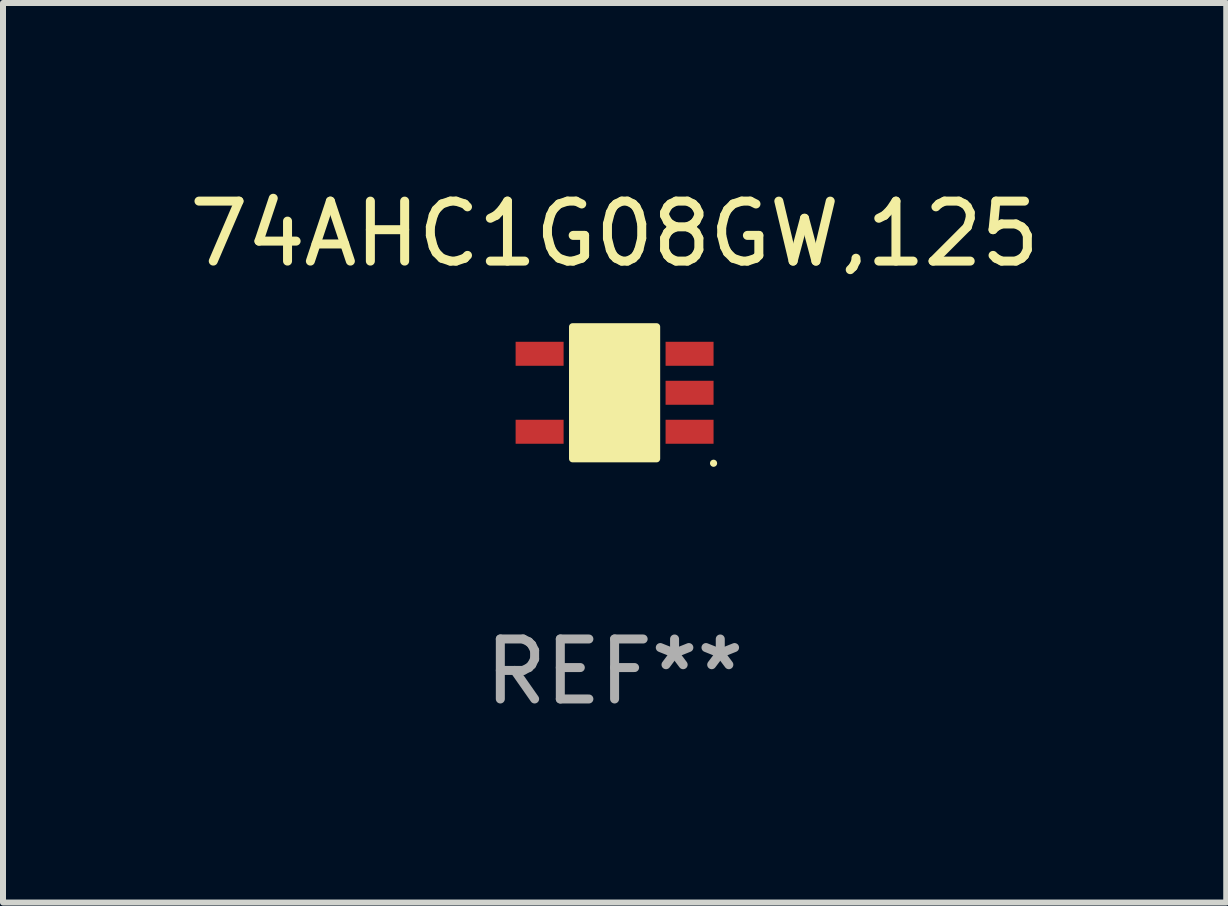
<source format=kicad_pcb>
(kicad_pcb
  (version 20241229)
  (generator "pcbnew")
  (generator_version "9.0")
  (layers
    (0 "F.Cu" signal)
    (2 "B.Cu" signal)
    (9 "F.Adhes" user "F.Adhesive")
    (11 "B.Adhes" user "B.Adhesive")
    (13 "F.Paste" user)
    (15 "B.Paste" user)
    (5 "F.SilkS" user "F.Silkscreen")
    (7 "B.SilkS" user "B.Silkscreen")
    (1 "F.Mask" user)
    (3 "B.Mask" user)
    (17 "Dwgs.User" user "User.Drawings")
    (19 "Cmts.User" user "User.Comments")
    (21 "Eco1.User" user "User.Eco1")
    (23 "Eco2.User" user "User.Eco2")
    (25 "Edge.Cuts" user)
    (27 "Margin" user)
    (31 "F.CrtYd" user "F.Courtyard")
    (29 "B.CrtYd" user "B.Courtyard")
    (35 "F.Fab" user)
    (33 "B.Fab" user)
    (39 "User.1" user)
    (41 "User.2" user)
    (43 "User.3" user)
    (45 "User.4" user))
  (footprint "74AHC1G08GW,125"
    (layer "F.Cu")
    (at 7.196 3.498)
    (property "Reference" "74AHC1G08GW,125" (at 0 -2.65 0) (layer "F.SilkS") (effects (font (size 1 1) (thickness 0.15))))
    (attr through_hole)
    (fp_arc (start 0.381001 0.637541) (mid 0.380995 0.636271) (end 0.381001 0.635001) (stroke (width 0.24892) (type solid)) (layer "F.SilkS"))
    (fp_circle (center 1.65 1.175) (end 1.68 1.175) (stroke (width 0.06) (type solid)) (fill no) (layer "F.SilkS"))
    (fp_poly (pts (xy -0.7 -1.1) (xy 0.7 -1.1) (xy 0.7 1.1) (xy -0.7 1.1)) (stroke (width 0.12) (type solid)) (fill yes) (layer "F.SilkS"))
    (fp_text user "REF**" (at 0 4.65 0) (layer "F.Fab") (effects (font (size 1 1) (thickness 0.15))))
    (pad "1" smd rect (at 1.25 0.65 270) (size 0.4 0.8) (layers "F.Cu" "F.Mask" "F.Paste"))
    (pad "2" smd rect (at 1.25 0 270) (size 0.4 0.8) (layers "F.Cu" "F.Mask" "F.Paste"))
    (pad "3" smd rect (at 1.25 -0.65 270) (size 0.4 0.8) (layers "F.Cu" "F.Mask" "F.Paste"))
    (pad "4" smd rect (at -1.25 -0.65 270) (size 0.4 0.8) (layers "F.Cu" "F.Mask" "F.Paste"))
    (pad "5" smd rect (at -1.25 0.65 270) (size 0.4 0.8) (layers "F.Cu" "F.Mask" "F.Paste")))
  (gr_rect
    (start -3 -3)
    (end 17.393 11.996)
    (stroke (width 0.1) (type default))
    (fill no)
    (layer "Edge.Cuts")))
</source>
